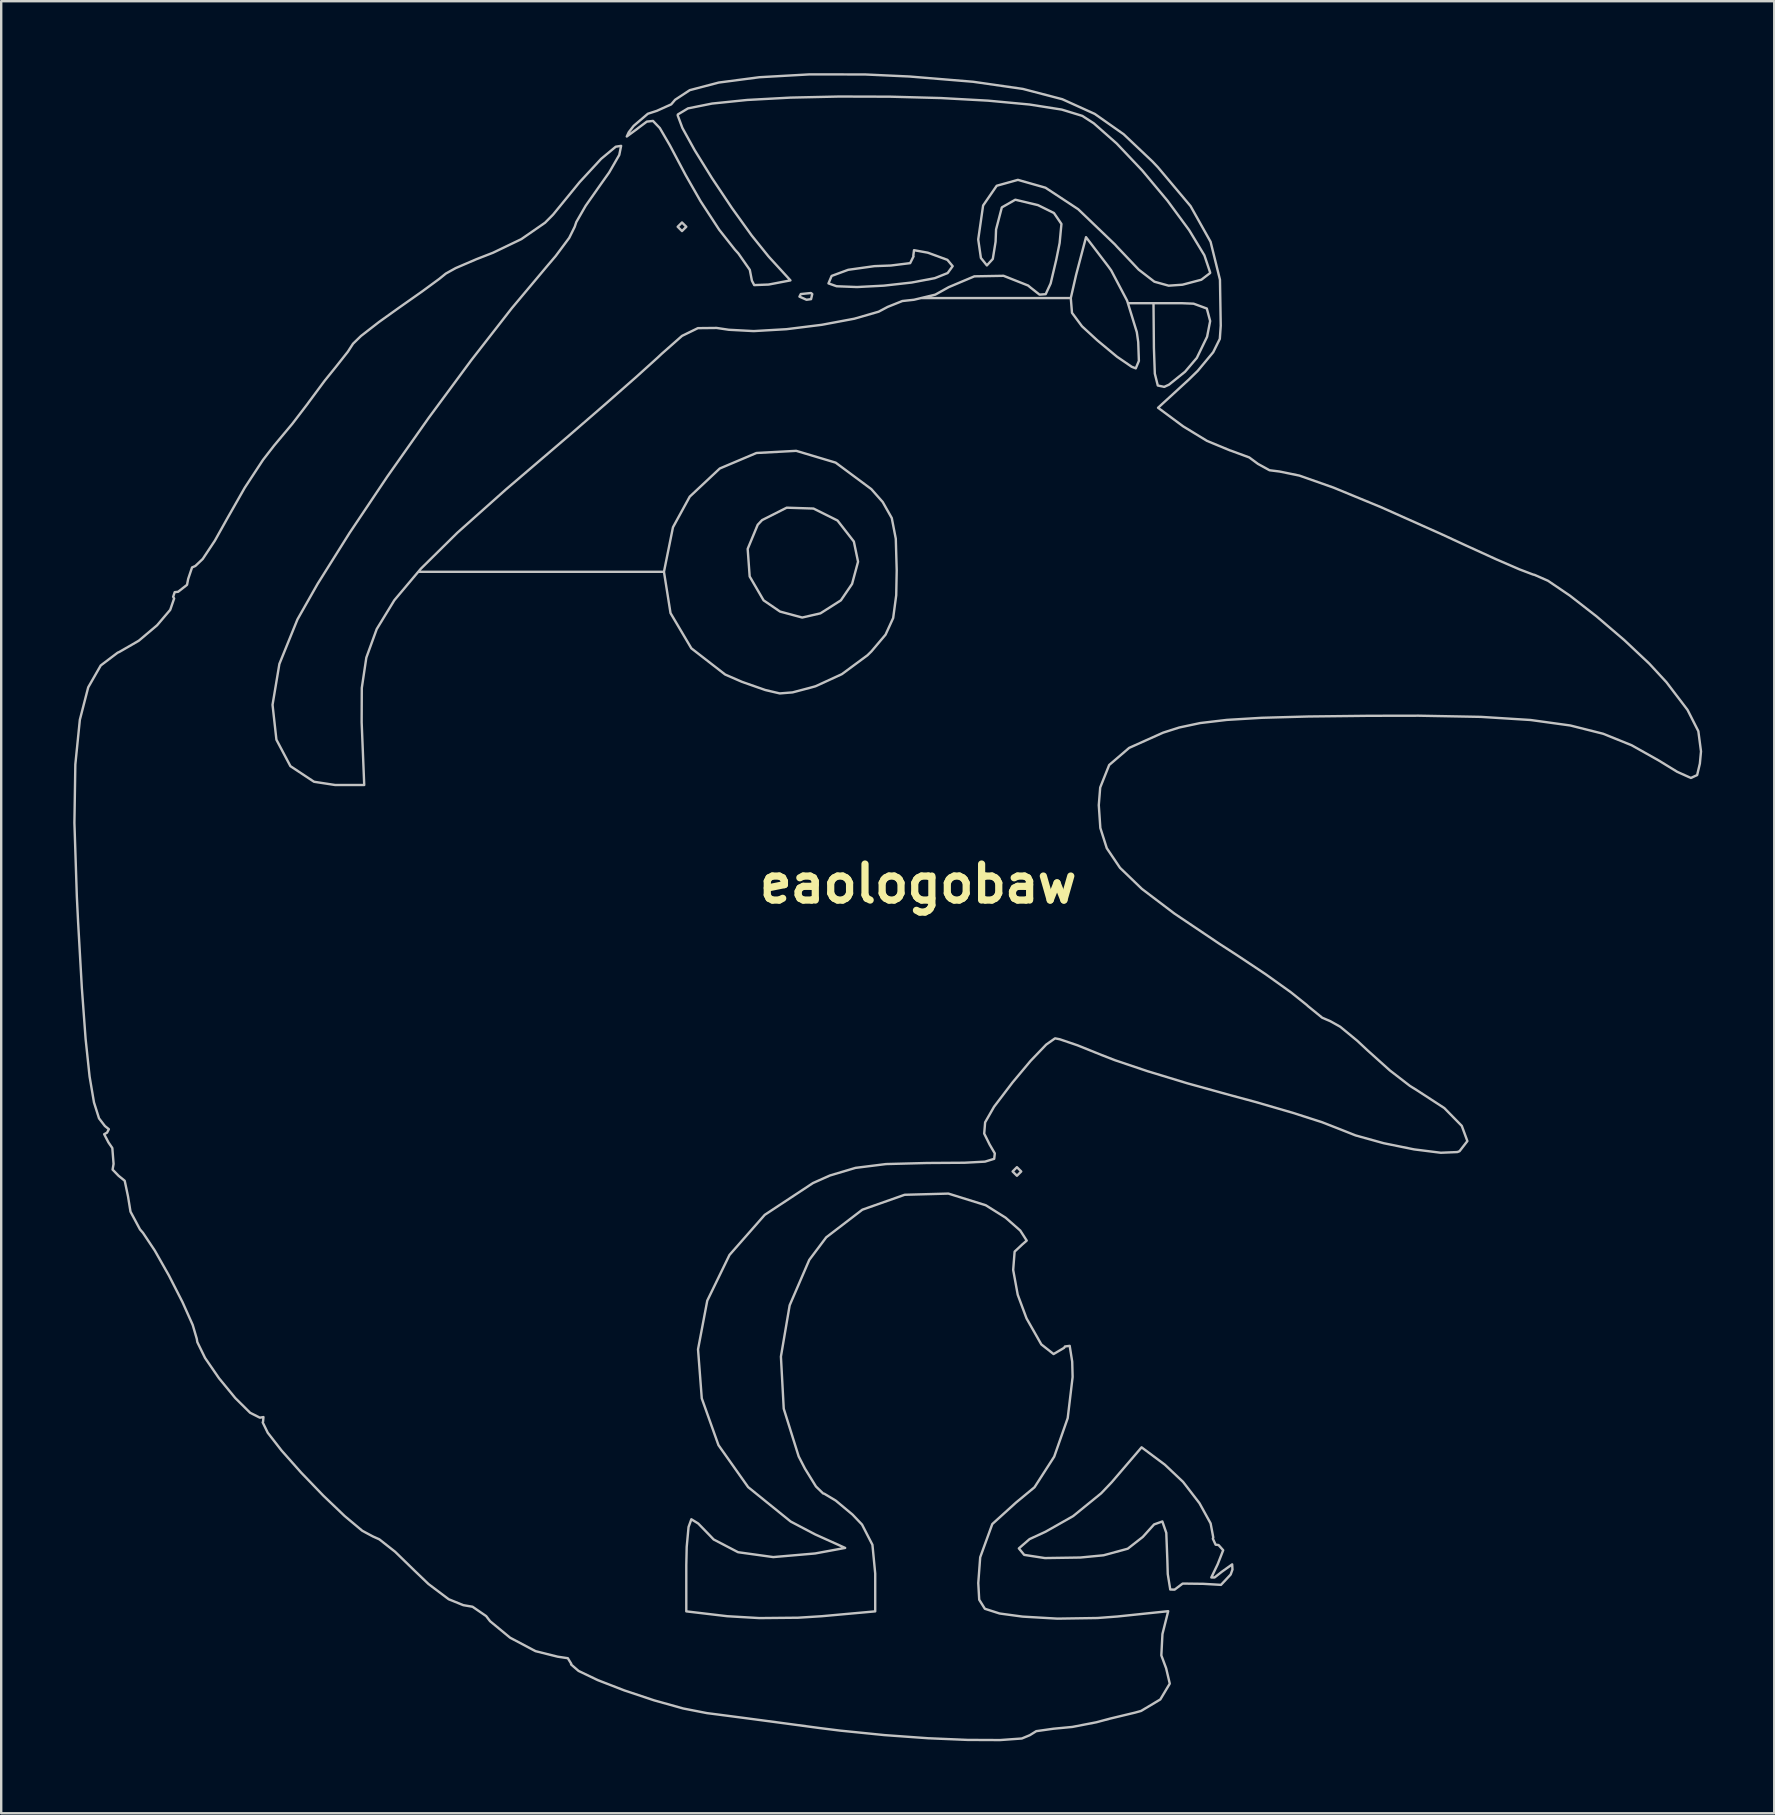
<source format=kicad_pcb>
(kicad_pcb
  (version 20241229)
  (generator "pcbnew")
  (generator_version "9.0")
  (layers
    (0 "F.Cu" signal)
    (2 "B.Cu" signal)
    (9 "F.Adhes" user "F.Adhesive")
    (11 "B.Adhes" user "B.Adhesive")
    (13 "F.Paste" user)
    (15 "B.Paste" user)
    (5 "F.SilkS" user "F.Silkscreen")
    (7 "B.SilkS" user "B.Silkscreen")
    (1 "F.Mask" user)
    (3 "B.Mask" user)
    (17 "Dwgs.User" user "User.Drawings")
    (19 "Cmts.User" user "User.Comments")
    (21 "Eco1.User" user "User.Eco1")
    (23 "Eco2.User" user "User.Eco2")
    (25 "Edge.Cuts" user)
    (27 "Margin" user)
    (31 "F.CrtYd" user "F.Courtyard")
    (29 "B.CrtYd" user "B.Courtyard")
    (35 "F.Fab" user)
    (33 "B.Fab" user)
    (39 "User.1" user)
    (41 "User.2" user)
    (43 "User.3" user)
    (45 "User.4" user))
  (footprint "eaologobaw"
    (layer "F.Cu")
    (at 35.197 33.764)
    (property "Reference" "eaologobaw" (at 0 0 0) (layer "F.SilkS") (effects (font (size 1.5 1.5) (thickness 0.3))))
    (attr board_only exclude_from_pos_files exclude_from_bom)
    (fp_poly (pts (xy -9.659 -27.368) (xy -9.838 -27.189) (xy -10.017 -27.368) (xy -9.838 -27.546)) (stroke (width 0.1) (type solid)) (fill no) (layer "Dwgs.User"))
    (fp_poly (pts (xy 4.293 11.985) (xy 4.114 12.163) (xy 3.935 11.985) (xy 4.114 11.806)) (stroke (width 0.1) (type solid)) (fill no) (layer "Dwgs.User"))
    (fp_poly (pts (xy -4.412 -24.565) (xy -4.461 -24.353) (xy -4.651 -24.327) (xy -4.945 -24.458) (xy -4.889 -24.565) (xy -4.465 -24.608)) (stroke (width 0.1) (type solid)) (fill no) (layer "Dwgs.User"))
    (fp_poly (pts (xy -4.36 -15.63) (xy -3.359 -15.13) (xy -2.679 -14.256) (xy -2.504 -13.415) (xy -2.753 -12.49) (xy -3.22 -11.806) (xy -4.072 -11.264) (xy -4.83 -11.09) (xy -5.755 -11.339) (xy -6.439 -11.806) (xy -7.019 -12.802) (xy -7.102 -13.949) (xy -6.684 -14.954) (xy -6.501 -15.149) (xy -5.476 -15.666)) (stroke (width 0.1) (type solid)) (fill no) (layer "Dwgs.User"))
    (fp_poly (pts (xy 0.402 -26.288) (xy 1.217 -25.99) (xy 1.437 -25.727) (xy 1.228 -25.44) (xy 0.694 -25.227) (xy -0.269 -25.045) (xy -1.427 -24.915) (xy -2.547 -24.857) (xy -3.398 -24.89) (xy -3.736 -25.009) (xy -3.605 -25.32) (xy -2.914 -25.575) (xy -1.82 -25.728) (xy -1.142 -25.753) (xy -0.333 -25.853) (xy -0.192 -26.136) (xy -0.203 -26.154) (xy -0.173 -26.392)) (stroke (width 0.1) (type solid)) (fill no) (layer "Dwgs.User"))
    (fp_poly (pts (xy 10.275 24.198) (xy 11.036 24.917) (xy 11.718 25.803) (xy 12.183 26.646) (xy 12.293 27.231) (xy 12.274 27.278) (xy 12.39 27.531) (xy 12.513 27.546) (xy 12.706 27.762) (xy 12.475 28.351) (xy 12.212 28.896) (xy 12.349 28.896) (xy 12.65 28.659) (xy 13.08 28.352) (xy 13.093 28.566) (xy 13.017 28.775) (xy 12.615 29.205) (xy 11.881 29.162) (xy 11.018 29.151) (xy 10.682 29.404) (xy 10.501 29.398) (xy 10.397 28.755) (xy 10.38 28.173) (xy 10.336 27.04) (xy 10.172 26.564) (xy 9.828 26.687) (xy 9.357 27.209) (xy 8.731 27.699) (xy 7.724 27.973) (xy 6.756 28.066) (xy 5.279 28.089) (xy 4.417 27.956) (xy 4.195 27.686) (xy 4.641 27.299) (xy 5.304 26.993) (xy 6.454 26.342) (xy 7.622 25.392) (xy 8.06 24.932) (xy 9.307 23.476)) (stroke (width 0.1) (type solid)) (fill no) (layer "Dwgs.User"))
    (fp_poly (pts (xy -2.23 -33.713) (xy -0.358 -33.627) (xy 2.289 -33.408) (xy 4.362 -33.11) (xy 6.004 -32.681) (xy 7.356 -32.069) (xy 8.559 -31.223) (xy 9.755 -30.091) (xy 9.984 -29.85) (xy 11.347 -28.228) (xy 12.181 -26.742) (xy 12.572 -25.161) (xy 12.604 -23.249) (xy 12.566 -22.699) (xy 12.29 -22.141) (xy 11.644 -21.364) (xy 11.257 -20.986) (xy 9.993 -19.828) (xy 11.042 -19.052) (xy 12.033 -18.448) (xy 12.99 -18.052) (xy 13.025 -18.042) (xy 13.792 -17.759) (xy 14.155 -17.49) (xy 14.637 -17.225) (xy 15.057 -17.172) (xy 15.88 -17.003) (xy 17.298 -16.504) (xy 19.275 -15.689) (xy 21.779 -14.572) (xy 22.814 -14.093) (xy 24.061 -13.524) (xy 25.055 -13.094) (xy 25.62 -12.879) (xy 25.676 -12.867) (xy 26.234 -12.623) (xy 27.147 -12.004) (xy 28.26 -11.137) (xy 29.416 -10.148) (xy 30.461 -9.164) (xy 31.169 -8.397) (xy 32.049 -7.242) (xy 32.499 -6.355) (xy 32.61 -5.512) (xy 32.563 -5.008) (xy 32.449 -4.527) (xy 32.188 -4.408) (xy 31.619 -4.663) (xy 30.843 -5.139) (xy 29.72 -5.77) (xy 28.533 -6.249) (xy 27.167 -6.593) (xy 25.508 -6.822) (xy 23.44 -6.952) (xy 20.849 -7.001) (xy 18.782 -6.997) (xy 16.253 -6.968) (xy 14.32 -6.914) (xy 12.859 -6.826) (xy 11.751 -6.695) (xy 10.875 -6.509) (xy 10.205 -6.295) (xy 8.789 -5.66) (xy 7.957 -4.947) (xy 7.583 -4.011) (xy 7.524 -3.275) (xy 7.589 -2.322) (xy 7.857 -1.481) (xy 8.408 -0.664) (xy 9.32 0.214) (xy 10.673 1.24) (xy 12.547 2.5) (xy 13.262 2.962) (xy 14.481 3.773) (xy 15.524 4.518) (xy 16.19 5.051) (xy 16.239 5.098) (xy 16.831 5.58) (xy 17.167 5.724) (xy 17.578 5.954) (xy 18.291 6.54) (xy 18.737 6.956) (xy 19.651 7.777) (xy 20.49 8.424) (xy 20.763 8.593) (xy 21.918 9.344) (xy 22.645 10.086) (xy 22.878 10.719) (xy 22.551 11.141) (xy 22.459 11.176) (xy 21.769 11.205) (xy 20.659 11.065) (xy 19.389 10.807) (xy 18.219 10.482) (xy 17.543 10.214) (xy 16.821 9.932) (xy 15.598 9.539) (xy 14.067 9.094) (xy 12.949 8.792) (xy 11.213 8.312) (xy 9.549 7.806) (xy 8.199 7.351) (xy 7.642 7.134) (xy 6.637 6.729) (xy 5.899 6.478) (xy 5.703 6.439) (xy 5.333 6.7) (xy 4.679 7.382) (xy 3.933 8.274) (xy 3.161 9.289) (xy 2.789 9.939) (xy 2.751 10.406) (xy 2.979 10.867) (xy 2.98 10.868) (xy 3.193 11.233) (xy 3.167 11.458) (xy 2.785 11.575) (xy 1.928 11.621) (xy 0.479 11.631) (xy 0.397 11.631) (xy -1.337 11.676) (xy -2.611 11.835) (xy -3.677 12.153) (xy -4.381 12.467) (xy -6.392 13.793) (xy -7.859 15.462) (xy -8.785 17.365) (xy -9.17 19.393) (xy -9.014 21.436) (xy -8.318 23.386) (xy -7.083 25.133) (xy -5.309 26.568) (xy -4.293 27.102) (xy -3.041 27.666) (xy -4.293 27.897) (xy -6.036 28.048) (xy -7.502 27.845) (xy -8.518 27.315) (xy -8.643 27.184) (xy -9.162 26.649) (xy -9.448 26.473) (xy -9.565 26.796) (xy -9.642 27.628) (xy -9.659 28.391) (xy -9.659 30.309) (xy -7.952 30.511) (xy -6.61 30.589) (xy -5 30.573) (xy -4.017 30.511) (xy -1.789 30.309) (xy -1.789 28.732) (xy -1.905 27.537) (xy -2.339 26.692) (xy -2.735 26.277) (xy -3.432 25.696) (xy -3.913 25.407) (xy -3.956 25.4) (xy -4.257 25.107) (xy -4.717 24.361) (xy -4.977 23.856) (xy -5.6 21.866) (xy -5.717 19.696) (xy -5.353 17.56) (xy -4.536 15.668) (xy -3.829 14.728) (xy -2.325 13.577) (xy -0.564 12.956) (xy 1.259 12.906) (xy 2.816 13.392) (xy 3.64 13.908) (xy 4.252 14.445) (xy 4.522 14.864) (xy 4.337 15.025) (xy 4.018 15.324) (xy 3.958 16.087) (xy 4.147 17.119) (xy 4.515 18.107) (xy 5.131 19.189) (xy 5.641 19.59) (xy 6.077 19.333) (xy 6.116 19.275) (xy 6.312 19.249) (xy 6.417 19.908) (xy 6.434 20.547) (xy 6.229 22.261) (xy 5.667 23.864) (xy 4.846 25.14) (xy 4.071 25.781) (xy 3.088 26.672) (xy 2.584 28.056) (xy 2.504 29.13) (xy 2.543 29.824) (xy 2.779 30.201) (xy 3.392 30.398) (xy 4.344 30.527) (xy 5.803 30.612) (xy 7.47 30.586) (xy 8.299 30.523) (xy 10.415 30.302) (xy 10.176 31.254) (xy 10.13 32.143) (xy 10.329 32.678) (xy 10.481 33.319) (xy 10.087 33.978) (xy 9.286 34.457) (xy 9.033 34.527) (xy 7.991 34.777) (xy 7.423 34.929) (xy 6.422 35.123) (xy 5.635 35.198) (xy 4.92 35.299) (xy 4.651 35.467) (xy 4.318 35.605) (xy 3.41 35.67) (xy 2.063 35.664) (xy 0.412 35.594) (xy -1.406 35.463) (xy -3.255 35.276) (xy -4.114 35.168) (xy -5.768 34.946) (xy -7.27 34.746) (xy -8.403 34.598) (xy -8.797 34.548) (xy -9.789 34.354) (xy -10.995 34.017) (xy -12.24 33.602) (xy -13.35 33.172) (xy -14.147 32.79) (xy -14.458 32.521) (xy -14.45 32.493) (xy -14.594 32.26) (xy -15.017 32.197) (xy -15.941 31.966) (xy -16.997 31.407) (xy -17.832 30.719) (xy -17.995 30.506) (xy -18.563 30.116) (xy -18.948 30.051) (xy -19.556 29.804) (xy -20.398 29.17) (xy -20.972 28.62) (xy -21.788 27.826) (xy -22.448 27.307) (xy -22.712 27.189) (xy -23.154 26.953) (xy -23.887 26.34) (xy -24.781 25.486) (xy -25.701 24.53) (xy -26.517 23.611) (xy -27.095 22.867) (xy -27.304 22.437) (xy -27.288 22.399) (xy -27.273 22.216) (xy -27.423 22.24) (xy -27.825 22.038) (xy -28.445 21.425) (xy -29.124 20.598) (xy -29.704 19.755) (xy -30.027 19.094) (xy -30.051 18.952) (xy -30.219 18.38) (xy -30.645 17.427) (xy -31.211 16.317) (xy -31.799 15.28) (xy -32.292 14.54) (xy -32.415 14.399) (xy -32.811 13.659) (xy -32.913 13.032) (xy -33.052 12.372) (xy -33.309 12.163) (xy -33.557 11.907) (xy -33.516 11.67) (xy -33.568 11.009) (xy -33.728 10.776) (xy -33.907 10.432) (xy -33.789 10.369) (xy -33.713 10.224) (xy -33.878 10.091) (xy -34.122 9.773) (xy -34.332 9.109) (xy -34.515 8.03) (xy -34.681 6.466) (xy -34.837 4.348) (xy -34.993 1.607) (xy -35.046 0.537) (xy -35.147 -2.536) (xy -35.109 -4.969) (xy -34.921 -6.83) (xy -34.573 -8.182) (xy -34.051 -9.093) (xy -33.346 -9.626) (xy -33.273 -9.658) (xy -32.466 -10.124) (xy -31.704 -10.767) (xy -31.156 -11.411) (xy -30.993 -11.883) (xy -31.034 -11.954) (xy -30.97 -12.147) (xy -30.826 -12.163) (xy -30.456 -12.452) (xy -30.408 -12.7) (xy -30.247 -13.177) (xy -30.11 -13.237) (xy -29.803 -13.529) (xy -29.297 -14.292) (xy -28.769 -15.237) (xy -28.05 -16.5) (xy -27.291 -17.657) (xy -26.831 -18.251) (xy -26.071 -19.159) (xy -25.435 -19.991) (xy -25.4 -20.041) (xy -24.718 -20.96) (xy -24.256 -21.531) (xy -23.759 -22.16) (xy -23.541 -22.496) (xy -23.21 -22.818) (xy -22.46 -23.4) (xy -21.644 -23.983) (xy -20.667 -24.67) (xy -19.947 -25.198) (xy -19.676 -25.418) (xy -19.265 -25.646) (xy -18.403 -26.016) (xy -17.71 -26.286) (xy -16.531 -26.852) (xy -15.541 -27.537) (xy -15.206 -27.876) (xy -14.099 -29.231) (xy -13.206 -30.197) (xy -12.597 -30.703) (xy -12.374 -30.738) (xy -12.45 -30.361) (xy -12.872 -29.629) (xy -13.228 -29.128) (xy -13.851 -28.241) (xy -14.241 -27.563) (xy -14.306 -27.368) (xy -14.535 -26.906) (xy -15.099 -26.149) (xy -15.432 -25.758) (xy -16.932 -23.97) (xy -18.62 -21.804) (xy -20.384 -19.415) (xy -22.112 -16.963) (xy -23.692 -14.604) (xy -25.014 -12.496) (xy -25.856 -11.012) (xy -26.609 -9.157) (xy -26.894 -7.454) (xy -26.733 -6.002) (xy -26.15 -4.9) (xy -25.166 -4.249) (xy -24.288 -4.114) (xy -23.075 -4.114) (xy -23.182 -6.725) (xy -23.176 -8.156) (xy -22.987 -9.42) (xy -22.555 -10.608) (xy -21.82 -11.811) (xy -20.824 -12.995) (xy -10.589 -12.995) (xy -10.316 -11.275) (xy -9.448 -9.808) (xy -8.039 -8.715) (xy -7.334 -8.409) (xy -6.363 -8.069) (xy -5.765 -7.929) (xy -5.231 -7.972) (xy -4.451 -8.178) (xy -4.273 -8.228) (xy -3.178 -8.731) (xy -2.113 -9.517) (xy -1.947 -9.68) (xy -1.358 -10.377) (xy -1.041 -11.07) (xy -0.914 -12.02) (xy -0.894 -13.058) (xy -0.932 -14.372) (xy -1.099 -15.233) (xy -1.477 -15.902) (xy -1.951 -16.439) (xy -3.436 -17.542) (xy -5.079 -18.034) (xy -6.737 -17.944) (xy -8.263 -17.299) (xy -9.515 -16.126) (xy -10.214 -14.85) (xy -10.589 -12.995) (xy -20.824 -12.995) (xy -20.719 -13.12) (xy -19.193 -14.625) (xy -17.181 -16.418) (xy -16.008 -17.42) (xy -14.454 -18.748) (xy -12.981 -20.024) (xy -11.731 -21.123) (xy -10.846 -21.923) (xy -10.679 -22.08) (xy -9.836 -22.823) (xy -9.175 -23.145) (xy -8.395 -23.153) (xy -7.886 -23.077) (xy -6.852 -23.022) (xy -5.487 -23.101) (xy -4.014 -23.284) (xy -2.659 -23.538) (xy -1.646 -23.83) (xy -1.27 -24.03) (xy -0.657 -24.275) (xy -0.176 -24.327) (xy 0.121 -24.398) (xy 6.358 -24.398) (xy 6.408 -23.783) (xy 6.825 -23.222) (xy 7.466 -22.633) (xy 8.282 -21.955) (xy 8.895 -21.536) (xy 9.065 -21.47) (xy 9.194 -21.779) (xy 9.167 -22.564) (xy 9.108 -22.979) (xy 8.737 -24.184) (xy 9.803 -24.184) (xy 9.82 -22.323) (xy 9.858 -21.251) (xy 9.981 -20.756) (xy 10.246 -20.698) (xy 10.446 -20.788) (xy 11.118 -21.329) (xy 11.608 -21.905) (xy 12.036 -22.787) (xy 12.163 -23.44) (xy 12.024 -23.962) (xy 11.474 -24.164) (xy 10.983 -24.184) (xy 9.803 -24.184) (xy 8.737 -24.184) (xy 8.703 -24.292) (xy 8.041 -25.549) (xy 7.922 -25.714) (xy 6.992 -26.934) (xy 6.579 -25.362) (xy 6.358 -24.398) (xy 0.121 -24.398) (xy 0.713 -24.54) (xy 1.273 -24.852) (xy 2.341 -25.303) (xy 3.557 -25.325) (xy 4.58 -24.92) (xy 4.68 -24.837) (xy 5.056 -24.541) (xy 5.312 -24.56) (xy 5.519 -25.007) (xy 5.752 -25.992) (xy 5.893 -26.691) (xy 5.968 -27.485) (xy 5.655 -27.942) (xy 4.993 -28.268) (xy 4.047 -28.495) (xy 3.485 -28.175) (xy 3.245 -27.255) (xy 3.225 -26.742) (xy 3.109 -26.027) (xy 2.862 -25.758) (xy 2.613 -26.069) (xy 2.504 -26.822) (xy 2.504 -26.855) (xy 2.705 -28.254) (xy 3.272 -29.076) (xy 4.155 -29.322) (xy 5.303 -28.995) (xy 6.666 -28.099) (xy 8.193 -26.635) (xy 8.281 -26.538) (xy 9.186 -25.583) (xy 9.84 -25.079) (xy 10.434 -24.914) (xy 11.01 -24.954) (xy 11.797 -25.162) (xy 12.161 -25.44) (xy 12.163 -25.464) (xy 11.923 -26.179) (xy 11.288 -27.228) (xy 10.383 -28.457) (xy 9.335 -29.711) (xy 8.27 -30.836) (xy 7.315 -31.678) (xy 6.837 -31.987) (xy 5.982 -32.249) (xy 4.634 -32.461) (xy 2.914 -32.621) (xy 0.939 -32.73) (xy -1.172 -32.787) (xy -3.298 -32.793) (xy -5.322 -32.748) (xy -7.124 -32.65) (xy -8.586 -32.5) (xy -9.588 -32.299) (xy -10.011 -32.045) (xy -10.017 -32.007) (xy -9.821 -31.483) (xy -9.307 -30.553) (xy -8.583 -29.385) (xy -7.757 -28.148) (xy -6.939 -27.009) (xy -6.237 -26.137) (xy -6.179 -26.072) (xy -5.321 -25.134) (xy -6.227 -24.961) (xy -6.829 -24.938) (xy -6.926 -25.123) (xy -7.013 -25.573) (xy -7.491 -26.258) (xy -7.632 -26.413) (xy -8.286 -27.241) (xy -9.064 -28.432) (xy -9.682 -29.514) (xy -10.342 -30.759) (xy -10.762 -31.48) (xy -11.046 -31.776) (xy -11.302 -31.749) (xy -11.636 -31.5) (xy -11.708 -31.443) (xy -12.138 -31.128) (xy -12.057 -31.304) (xy -11.851 -31.571) (xy -11.26 -32.076) (xy -10.885 -32.197) (xy -10.286 -32.467) (xy -10.124 -32.658) (xy -9.515 -33.058) (xy -8.308 -33.375) (xy -6.615 -33.597) (xy -4.552 -33.714)) (stroke (width 0.1) (type solid)) (fill no) (layer "Dwgs.User")))
  (gr_rect
    (start -3 -3)
    (end 70.857 72.484)
    (stroke (width 0.1) (type default))
    (fill no)
    (layer "Edge.Cuts")))
</source>
